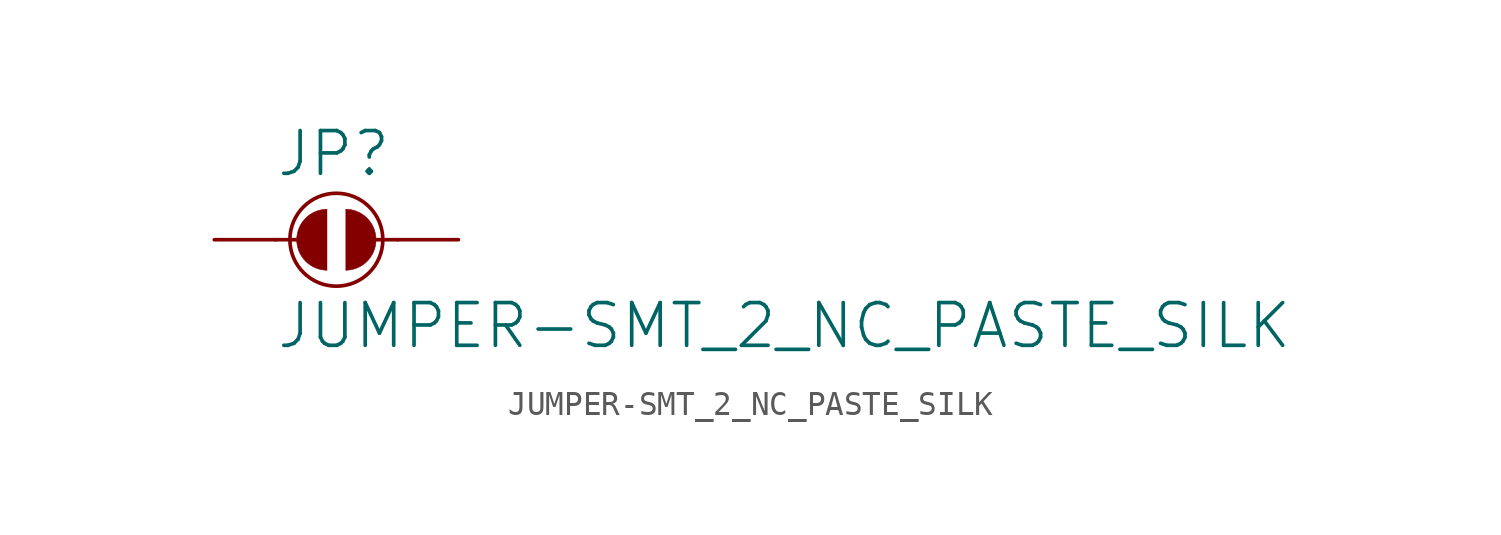
<source format=kicad_sym>
(kicad_symbol_lib
  (version 20211014)
  (generator kicad_symbol_editor)
  (symbol "JUMPER-SMT_2_NC_PASTE_SILK"
    (property "Reference" "JP"
      (at -2.54 2.54 0)
      (effects (font (size 1.778 1.778)) (justify left bottom)))
    (property "Value" "JUMPER-SMT_2_NC_PASTE_SILK"
      (at -2.54 -2.54 0)
      (effects (font (size 1.778 1.778)) (justify left top)))
    (property "ki_locked" ""
      (at 0 0 0)
      (effects (font (size 1.27 1.27))))
    (symbol "JUMPER-SMT_2_NC_PASTE_SILK_1_0"
      (arc (start -0.381 1.2699) (mid -1.6508 0) (end -0.381 -1.2699) (stroke (width 0.0001) (type default) (color 0 0 0 0)) (fill (type outline)))
      (polyline (pts (xy -2.54 0) (xy -1.651 0)) (stroke (width 0.152) (type default) (color 0 0 0 0)) (fill (type none)))
      (polyline (pts (xy 2.54 0) (xy 1.651 0)) (stroke (width 0.152) (type default) (color 0 0 0 0)) (fill (type none)))
      (circle (center 0 0) (radius 1.934) (stroke (width 0) (type default) (color 0 0 0 0)) (fill (type none)))
      (arc (start 0.381 -1.2699) (mid 1.6508 0) (end 0.381 1.2699) (stroke (width 0.0001) (type default) (color 0 0 0 0)) (fill (type outline)))
      (pin passive line (at -5.08 0 0) (length 2.54) (name "1" (effects (font (size 0 0)))) (number "1" (effects (font (size 0 0)))))
      (pin passive line (at 5.08 0 180) (length 2.54) (name "2" (effects (font (size 0 0)))) (number "2" (effects (font (size 0 0))))))))
</source>
